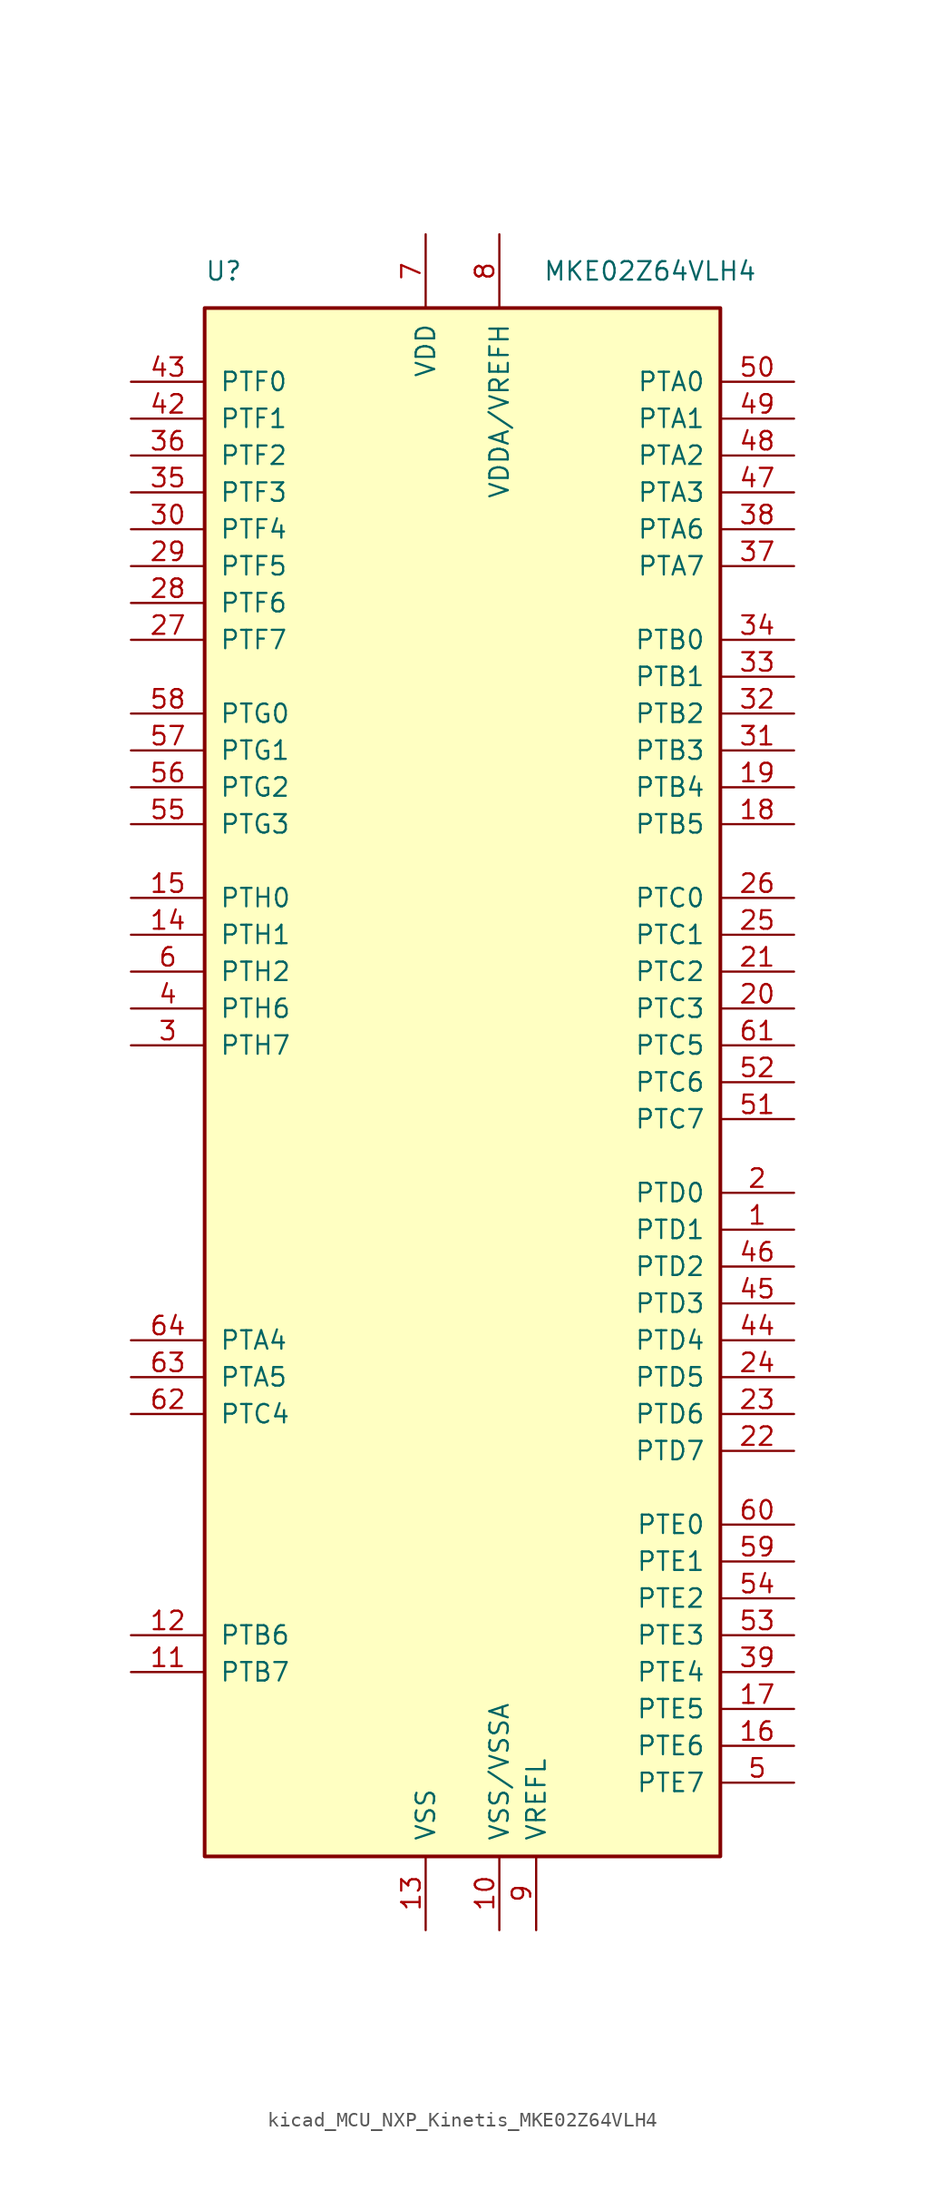
<source format=kicad_sym>
(kicad_symbol_lib
  (version 20220914)
  (generator kicad_symbol_editor)
  (symbol "kicad_MCU_NXP_Kinetis_MKE02Z64VLH4"
    (pin_names
      (offset 1.016))
    (property "Reference" "U"
      (at -17.78 55.88 0)
      (effects (font (size 1.27 1.27)) (justify left)))
    (property "Value" "MKE02Z64VLH4"
      (at 20.32 55.88 0)
      (effects (font (size 1.27 1.27)) (justify right)))
    (symbol "kicad_MCU_NXP_Kinetis_MKE02Z64VLH4_0_1"
      (rectangle (start -17.78 53.34) (end 17.78 -53.34) (stroke (width 0.254) (type default)) (fill (type background))))
    (symbol "kicad_MCU_NXP_Kinetis_MKE02Z64VLH4_1_1"
      (pin bidirectional line (at 22.86 -10.16 180) (length 5.08) (name "PTD1" (effects (font (size 1.27 1.27)))) (number "1" (effects (font (size 1.27 1.27)))))
      (pin power_in line (at 2.54 -58.42 90) (length 5.08) (name "VSS/VSSA" (effects (font (size 1.27 1.27)))) (number "10" (effects (font (size 1.27 1.27)))))
      (pin bidirectional line (at -22.86 -40.64 0) (length 5.08) (name "PTB7" (effects (font (size 1.27 1.27)))) (number "11" (effects (font (size 1.27 1.27)))))
      (pin bidirectional line (at -22.86 -38.1 0) (length 5.08) (name "PTB6" (effects (font (size 1.27 1.27)))) (number "12" (effects (font (size 1.27 1.27)))))
      (pin power_in line (at -2.54 -58.42 90) (length 5.08) (name "VSS" (effects (font (size 1.27 1.27)))) (number "13" (effects (font (size 1.27 1.27)))))
      (pin bidirectional line (at -22.86 10.16 0) (length 5.08) (name "PTH1" (effects (font (size 1.27 1.27)))) (number "14" (effects (font (size 1.27 1.27)))))
      (pin bidirectional line (at -22.86 12.7 0) (length 5.08) (name "PTH0" (effects (font (size 1.27 1.27)))) (number "15" (effects (font (size 1.27 1.27)))))
      (pin bidirectional line (at 22.86 -45.72 180) (length 5.08) (name "PTE6" (effects (font (size 1.27 1.27)))) (number "16" (effects (font (size 1.27 1.27)))))
      (pin bidirectional line (at 22.86 -43.18 180) (length 5.08) (name "PTE5" (effects (font (size 1.27 1.27)))) (number "17" (effects (font (size 1.27 1.27)))))
      (pin bidirectional line (at 22.86 17.78 180) (length 5.08) (name "PTB5" (effects (font (size 1.27 1.27)))) (number "18" (effects (font (size 1.27 1.27)))))
      (pin bidirectional line (at 22.86 20.32 180) (length 5.08) (name "PTB4" (effects (font (size 1.27 1.27)))) (number "19" (effects (font (size 1.27 1.27)))))
      (pin bidirectional line (at 22.86 -7.62 180) (length 5.08) (name "PTD0" (effects (font (size 1.27 1.27)))) (number "2" (effects (font (size 1.27 1.27)))))
      (pin bidirectional line (at 22.86 5.08 180) (length 5.08) (name "PTC3" (effects (font (size 1.27 1.27)))) (number "20" (effects (font (size 1.27 1.27)))))
      (pin bidirectional line (at 22.86 7.62 180) (length 5.08) (name "PTC2" (effects (font (size 1.27 1.27)))) (number "21" (effects (font (size 1.27 1.27)))))
      (pin bidirectional line (at 22.86 -25.4 180) (length 5.08) (name "PTD7" (effects (font (size 1.27 1.27)))) (number "22" (effects (font (size 1.27 1.27)))))
      (pin bidirectional line (at 22.86 -22.86 180) (length 5.08) (name "PTD6" (effects (font (size 1.27 1.27)))) (number "23" (effects (font (size 1.27 1.27)))))
      (pin bidirectional line (at 22.86 -20.32 180) (length 5.08) (name "PTD5" (effects (font (size 1.27 1.27)))) (number "24" (effects (font (size 1.27 1.27)))))
      (pin bidirectional line (at 22.86 10.16 180) (length 5.08) (name "PTC1" (effects (font (size 1.27 1.27)))) (number "25" (effects (font (size 1.27 1.27)))))
      (pin bidirectional line (at 22.86 12.7 180) (length 5.08) (name "PTC0" (effects (font (size 1.27 1.27)))) (number "26" (effects (font (size 1.27 1.27)))))
      (pin bidirectional line (at -22.86 30.48 0) (length 5.08) (name "PTF7" (effects (font (size 1.27 1.27)))) (number "27" (effects (font (size 1.27 1.27)))))
      (pin bidirectional line (at -22.86 33.02 0) (length 5.08) (name "PTF6" (effects (font (size 1.27 1.27)))) (number "28" (effects (font (size 1.27 1.27)))))
      (pin bidirectional line (at -22.86 35.56 0) (length 5.08) (name "PTF5" (effects (font (size 1.27 1.27)))) (number "29" (effects (font (size 1.27 1.27)))))
      (pin bidirectional line (at -22.86 2.54 0) (length 5.08) (name "PTH7" (effects (font (size 1.27 1.27)))) (number "3" (effects (font (size 1.27 1.27)))))
      (pin bidirectional line (at -22.86 38.1 0) (length 5.08) (name "PTF4" (effects (font (size 1.27 1.27)))) (number "30" (effects (font (size 1.27 1.27)))))
      (pin bidirectional line (at 22.86 22.86 180) (length 5.08) (name "PTB3" (effects (font (size 1.27 1.27)))) (number "31" (effects (font (size 1.27 1.27)))))
      (pin bidirectional line (at 22.86 25.4 180) (length 5.08) (name "PTB2" (effects (font (size 1.27 1.27)))) (number "32" (effects (font (size 1.27 1.27)))))
      (pin bidirectional line (at 22.86 27.94 180) (length 5.08) (name "PTB1" (effects (font (size 1.27 1.27)))) (number "33" (effects (font (size 1.27 1.27)))))
      (pin bidirectional line (at 22.86 30.48 180) (length 5.08) (name "PTB0" (effects (font (size 1.27 1.27)))) (number "34" (effects (font (size 1.27 1.27)))))
      (pin bidirectional line (at -22.86 40.64 0) (length 5.08) (name "PTF3" (effects (font (size 1.27 1.27)))) (number "35" (effects (font (size 1.27 1.27)))))
      (pin bidirectional line (at -22.86 43.18 0) (length 5.08) (name "PTF2" (effects (font (size 1.27 1.27)))) (number "36" (effects (font (size 1.27 1.27)))))
      (pin bidirectional line (at 22.86 35.56 180) (length 5.08) (name "PTA7" (effects (font (size 1.27 1.27)))) (number "37" (effects (font (size 1.27 1.27)))))
      (pin bidirectional line (at 22.86 38.1 180) (length 5.08) (name "PTA6" (effects (font (size 1.27 1.27)))) (number "38" (effects (font (size 1.27 1.27)))))
      (pin bidirectional line (at 22.86 -40.64 180) (length 5.08) (name "PTE4" (effects (font (size 1.27 1.27)))) (number "39" (effects (font (size 1.27 1.27)))))
      (pin bidirectional line (at -22.86 5.08 0) (length 5.08) (name "PTH6" (effects (font (size 1.27 1.27)))) (number "4" (effects (font (size 1.27 1.27)))))
      (pin passive line (at -2.54 -58.42 90) (length 5.08) hide (name "VSS" (effects (font (size 1.27 1.27)))) (number "40" (effects (font (size 1.27 1.27)))))
      (pin passive line (at -2.54 58.42 270) (length 5.08) hide (name "VDD" (effects (font (size 1.27 1.27)))) (number "41" (effects (font (size 1.27 1.27)))))
      (pin bidirectional line (at -22.86 45.72 0) (length 5.08) (name "PTF1" (effects (font (size 1.27 1.27)))) (number "42" (effects (font (size 1.27 1.27)))))
      (pin bidirectional line (at -22.86 48.26 0) (length 5.08) (name "PTF0" (effects (font (size 1.27 1.27)))) (number "43" (effects (font (size 1.27 1.27)))))
      (pin bidirectional line (at 22.86 -17.78 180) (length 5.08) (name "PTD4" (effects (font (size 1.27 1.27)))) (number "44" (effects (font (size 1.27 1.27)))))
      (pin bidirectional line (at 22.86 -15.24 180) (length 5.08) (name "PTD3" (effects (font (size 1.27 1.27)))) (number "45" (effects (font (size 1.27 1.27)))))
      (pin bidirectional line (at 22.86 -12.7 180) (length 5.08) (name "PTD2" (effects (font (size 1.27 1.27)))) (number "46" (effects (font (size 1.27 1.27)))))
      (pin bidirectional line (at 22.86 40.64 180) (length 5.08) (name "PTA3" (effects (font (size 1.27 1.27)))) (number "47" (effects (font (size 1.27 1.27)))))
      (pin bidirectional line (at 22.86 43.18 180) (length 5.08) (name "PTA2" (effects (font (size 1.27 1.27)))) (number "48" (effects (font (size 1.27 1.27)))))
      (pin bidirectional line (at 22.86 45.72 180) (length 5.08) (name "PTA1" (effects (font (size 1.27 1.27)))) (number "49" (effects (font (size 1.27 1.27)))))
      (pin bidirectional line (at 22.86 -48.26 180) (length 5.08) (name "PTE7" (effects (font (size 1.27 1.27)))) (number "5" (effects (font (size 1.27 1.27)))))
      (pin bidirectional line (at 22.86 48.26 180) (length 5.08) (name "PTA0" (effects (font (size 1.27 1.27)))) (number "50" (effects (font (size 1.27 1.27)))))
      (pin bidirectional line (at 22.86 -2.54 180) (length 5.08) (name "PTC7" (effects (font (size 1.27 1.27)))) (number "51" (effects (font (size 1.27 1.27)))))
      (pin bidirectional line (at 22.86 0 180) (length 5.08) (name "PTC6" (effects (font (size 1.27 1.27)))) (number "52" (effects (font (size 1.27 1.27)))))
      (pin bidirectional line (at 22.86 -38.1 180) (length 5.08) (name "PTE3" (effects (font (size 1.27 1.27)))) (number "53" (effects (font (size 1.27 1.27)))))
      (pin bidirectional line (at 22.86 -35.56 180) (length 5.08) (name "PTE2" (effects (font (size 1.27 1.27)))) (number "54" (effects (font (size 1.27 1.27)))))
      (pin bidirectional line (at -22.86 17.78 0) (length 5.08) (name "PTG3" (effects (font (size 1.27 1.27)))) (number "55" (effects (font (size 1.27 1.27)))))
      (pin bidirectional line (at -22.86 20.32 0) (length 5.08) (name "PTG2" (effects (font (size 1.27 1.27)))) (number "56" (effects (font (size 1.27 1.27)))))
      (pin bidirectional line (at -22.86 22.86 0) (length 5.08) (name "PTG1" (effects (font (size 1.27 1.27)))) (number "57" (effects (font (size 1.27 1.27)))))
      (pin bidirectional line (at -22.86 25.4 0) (length 5.08) (name "PTG0" (effects (font (size 1.27 1.27)))) (number "58" (effects (font (size 1.27 1.27)))))
      (pin bidirectional line (at 22.86 -33.02 180) (length 5.08) (name "PTE1" (effects (font (size 1.27 1.27)))) (number "59" (effects (font (size 1.27 1.27)))))
      (pin bidirectional line (at -22.86 7.62 0) (length 5.08) (name "PTH2" (effects (font (size 1.27 1.27)))) (number "6" (effects (font (size 1.27 1.27)))))
      (pin bidirectional line (at 22.86 -30.48 180) (length 5.08) (name "PTE0" (effects (font (size 1.27 1.27)))) (number "60" (effects (font (size 1.27 1.27)))))
      (pin bidirectional line (at 22.86 2.54 180) (length 5.08) (name "PTC5" (effects (font (size 1.27 1.27)))) (number "61" (effects (font (size 1.27 1.27)))))
      (pin bidirectional line (at -22.86 -22.86 0) (length 5.08) (name "PTC4" (effects (font (size 1.27 1.27)))) (number "62" (effects (font (size 1.27 1.27)))))
      (pin bidirectional line (at -22.86 -20.32 0) (length 5.08) (name "PTA5" (effects (font (size 1.27 1.27)))) (number "63" (effects (font (size 1.27 1.27)))))
      (pin bidirectional line (at -22.86 -17.78 0) (length 5.08) (name "PTA4" (effects (font (size 1.27 1.27)))) (number "64" (effects (font (size 1.27 1.27)))))
      (pin power_in line (at -2.54 58.42 270) (length 5.08) (name "VDD" (effects (font (size 1.27 1.27)))) (number "7" (effects (font (size 1.27 1.27)))))
      (pin power_in line (at 2.54 58.42 270) (length 5.08) (name "VDDA/VREFH" (effects (font (size 1.27 1.27)))) (number "8" (effects (font (size 1.27 1.27)))))
      (pin power_in line (at 5.08 -58.42 90) (length 5.08) (name "VREFL" (effects (font (size 1.27 1.27)))) (number "9" (effects (font (size 1.27 1.27))))))))
</source>
